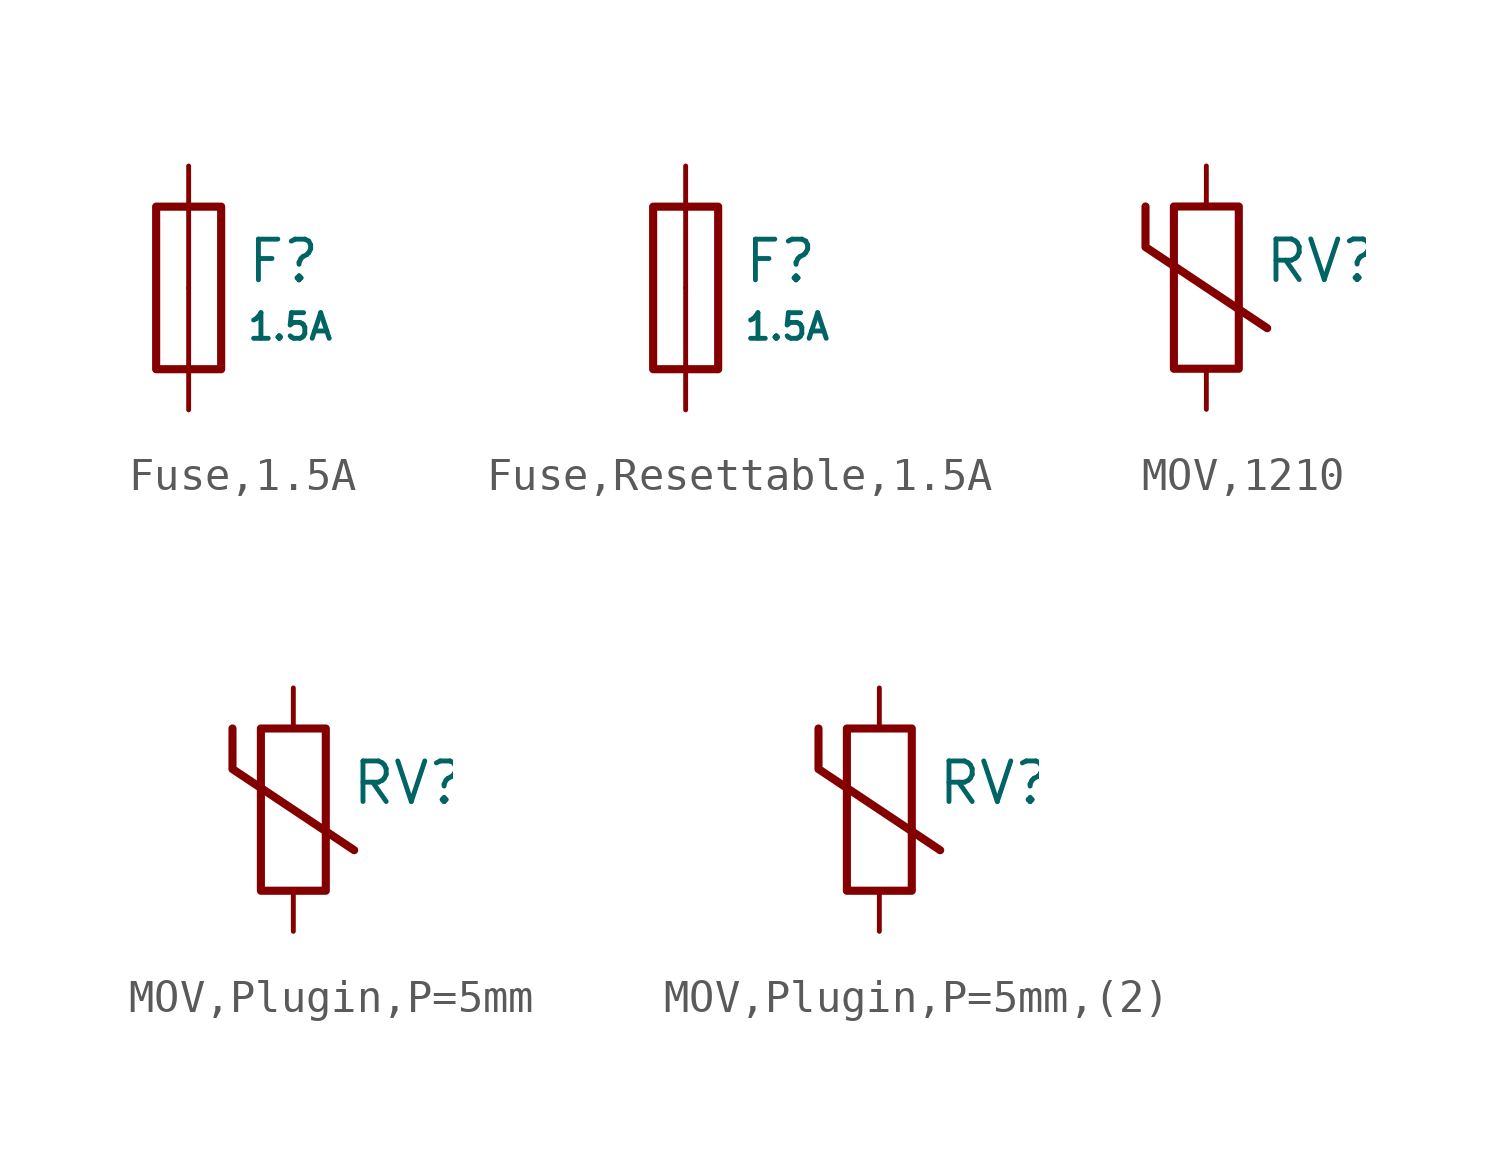
<source format=kicad_sym>
(kicad_symbol_lib
  (version 20231120)
  (generator "CDFER")
  (generator_version "8.0")
  (symbol "Fuse,1.5A"
    (pin_numbers hide)
    (pin_names
      (offset 0))
    (property "Reference" "F"
      (at 1.778 0.834 0)
      (effects (font (size 1.27 1.27)) (justify left)))
    (property "Value" "1.5A"
      (at 1.778 -1.212 0)
      (effects (font (size 0.8 0.8)) (justify left)))
    (symbol "Fuse,1.5A_0_1"
      (rectangle (start -1.016 2.54) (end 1.016 -2.54) (stroke (width 0.254) (type default)) (fill (type none))))
    (symbol "Fuse,1.5A_1_1"
      (pin passive line (at 0 3.81 270) (length 3.81) (name "~" (effects (font (size 1.27 1.27)))) (number "1" (effects (font (size 1.27 1.27)))))
      (pin passive line (at 0 -3.81 90) (length 3.81) (name "~" (effects (font (size 1.27 1.27)))) (number "2" (effects (font (size 1.27 1.27)))))))
  (symbol "Fuse,Resettable,1.5A"
    (pin_numbers hide)
    (pin_names
      (offset 0))
    (property "Reference" "F"
      (at 1.778 0.834 0)
      (effects (font (size 1.27 1.27)) (justify left)))
    (property "Value" "1.5A"
      (at 1.778 -1.212 0)
      (effects (font (size 0.8 0.8)) (justify left)))
    (symbol "Fuse,Resettable,1.5A_0_1"
      (rectangle (start -1.016 2.54) (end 1.016 -2.54) (stroke (width 0.254) (type default)) (fill (type none))))
    (symbol "Fuse,Resettable,1.5A_1_1"
      (pin passive line (at 0 3.81 270) (length 3.81) (name "~" (effects (font (size 1.27 1.27)))) (number "1" (effects (font (size 1.27 1.27)))))
      (pin passive line (at 0 -3.81 90) (length 3.81) (name "~" (effects (font (size 1.27 1.27)))) (number "2" (effects (font (size 1.27 1.27)))))))
  (symbol "MOV,1210"
    (pin_numbers hide)
    (pin_names
      (offset 0))
    (property "Reference" "RV"
      (at 1.778 0.834 0)
      (effects (font (size 1.27 1.27)) (justify left)))
    (property "Value" ""
      (at 1.778 -1.212 0)
      (effects (font (size 0.8 0.8)) (justify left)))
    (symbol "MOV,1210_0_1"
      (rectangle (start -1.016 2.54) (end 1.016 -2.54) (stroke (width 0.254) (type default)) (fill (type none))))
    (symbol "MOV,1210_0_1"
      (polyline (pts (xy -1.905 2.54) (xy -1.905 1.27) (xy 1.905 -1.27)) (stroke (width 0.254) (type default)) (fill (type none))))
    (symbol "MOV,1210_1_1"
      (pin passive line (at 0 3.81 270) (length 1.27) (name "~" (effects (font (size 1.27 1.27)))) (number "1" (effects (font (size 1.27 1.27)))))
      (pin passive line (at 0 -3.81 90) (length 1.27) (name "~" (effects (font (size 1.27 1.27)))) (number "2" (effects (font (size 1.27 1.27)))))))
  (symbol "MOV,Plugin,P=5mm"
    (pin_numbers hide)
    (pin_names
      (offset 0))
    (property "Reference" "RV"
      (at 1.778 0.834 0)
      (effects (font (size 1.27 1.27)) (justify left)))
    (property "Value" ""
      (at 1.778 -1.212 0)
      (effects (font (size 0.8 0.8)) (justify left)))
    (symbol "MOV,Plugin,P=5mm_0_1"
      (rectangle (start -1.016 2.54) (end 1.016 -2.54) (stroke (width 0.254) (type default)) (fill (type none))))
    (symbol "MOV,Plugin,P=5mm_0_1"
      (polyline (pts (xy -1.905 2.54) (xy -1.905 1.27) (xy 1.905 -1.27)) (stroke (width 0.254) (type default)) (fill (type none))))
    (symbol "MOV,Plugin,P=5mm_1_1"
      (pin passive line (at 0 3.81 270) (length 1.27) (name "~" (effects (font (size 1.27 1.27)))) (number "1" (effects (font (size 1.27 1.27)))))
      (pin passive line (at 0 -3.81 90) (length 1.27) (name "~" (effects (font (size 1.27 1.27)))) (number "2" (effects (font (size 1.27 1.27)))))))
  (symbol "MOV,Plugin,P=5mm,(2)"
    (pin_numbers hide)
    (pin_names
      (offset 0))
    (property "Reference" "RV"
      (at 1.778 0.834 0)
      (effects (font (size 1.27 1.27)) (justify left)))
    (property "Value" ""
      (at 1.778 -1.212 0)
      (effects (font (size 0.8 0.8)) (justify left)))
    (symbol "MOV,Plugin,P=5mm,(2)_0_1"
      (rectangle (start -1.016 2.54) (end 1.016 -2.54) (stroke (width 0.254) (type default)) (fill (type none))))
    (symbol "MOV,Plugin,P=5mm,(2)_0_1"
      (polyline (pts (xy -1.905 2.54) (xy -1.905 1.27) (xy 1.905 -1.27)) (stroke (width 0.254) (type default)) (fill (type none))))
    (symbol "MOV,Plugin,P=5mm,(2)_1_1"
      (pin passive line (at 0 3.81 270) (length 1.27) (name "~" (effects (font (size 1.27 1.27)))) (number "1" (effects (font (size 1.27 1.27)))))
      (pin passive line (at 0 -3.81 90) (length 1.27) (name "~" (effects (font (size 1.27 1.27)))) (number "2" (effects (font (size 1.27 1.27))))))))
</source>
